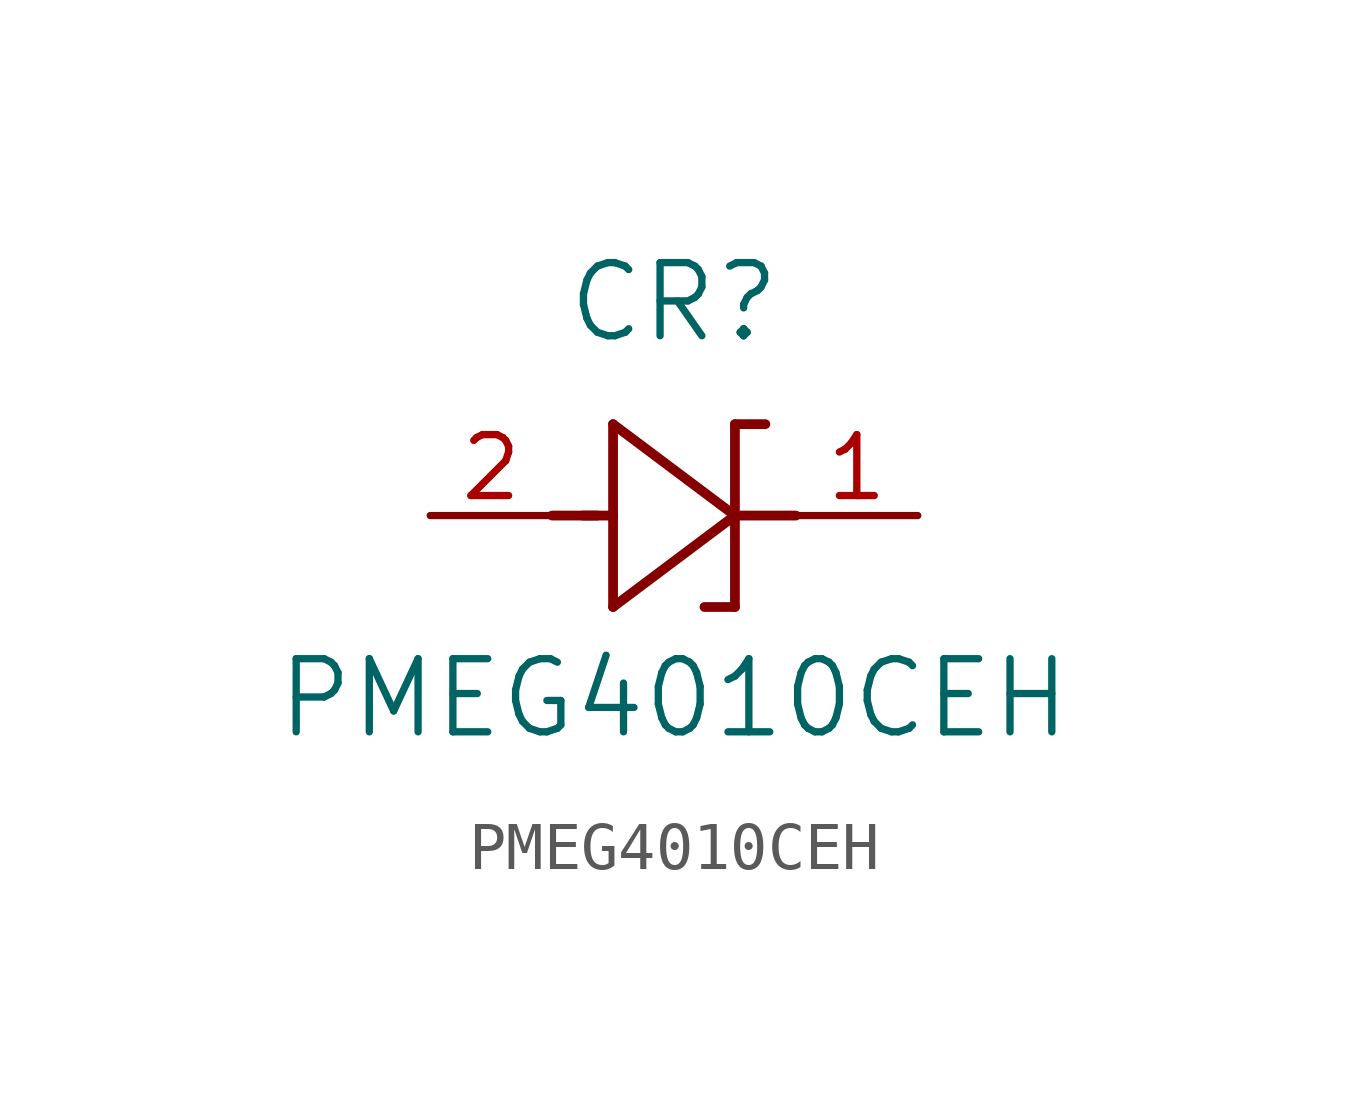
<source format=kicad_sym>
(kicad_symbol_lib
  (version 20211014)
  (generator kicad_symbol_editor)
  (symbol "PMEG4010CEH"
    (pin_names
      (offset 0.254))
    (property "Reference" "CR"
      (at 5.08 4.445 0)
      (effects (font (size 1.524 1.524))))
    (property "Value" "PMEG4010CEH"
      (at 5.08 -3.81 0)
      (effects (font (size 1.524 1.524))))
    (symbol "PMEG4010CEH_0_1"
      (polyline (pts (xy 2.54 0) (xy 3.48 0)) (stroke (width 0.203) (type default) (color 0 0 0 0)) (fill (type none)))
      (polyline (pts (xy 3.175 0) (xy 3.81 0)) (stroke (width 0.203) (type default) (color 0 0 0 0)) (fill (type none)))
      (polyline (pts (xy 3.81 -1.905) (xy 6.35 0)) (stroke (width 0.203) (type default) (color 0 0 0 0)) (fill (type none)))
      (polyline (pts (xy 6.35 -1.905) (xy 5.715 -1.905)) (stroke (width 0.203) (type default) (color 0 0 0 0)) (fill (type none)))
      (polyline (pts (xy 6.35 1.905) (xy 6.985 1.905)) (stroke (width 0.203) (type default) (color 0 0 0 0)) (fill (type none)))
      (polyline (pts (xy 3.81 1.905) (xy 3.81 -1.905)) (stroke (width 0.203) (type default) (color 0 0 0 0)) (fill (type none)))
      (polyline (pts (xy 6.35 -1.905) (xy 6.35 1.905)) (stroke (width 0.203) (type default) (color 0 0 0 0)) (fill (type none)))
      (polyline (pts (xy 6.35 0) (xy 3.81 1.905)) (stroke (width 0.203) (type default) (color 0 0 0 0)) (fill (type none)))
      (polyline (pts (xy 6.35 0) (xy 7.62 0)) (stroke (width 0.203) (type default) (color 0 0 0 0)) (fill (type none)))
      (pin unspecified line (at 10.16 0 180) (length 2.54) (name "" (effects (font (size 1.27 1.27)))) (number "1" (effects (font (size 1.27 1.27)))))
      (pin unspecified line (at 0 0 0) (length 2.54) (name "" (effects (font (size 1.27 1.27)))) (number "2" (effects (font (size 1.27 1.27))))))))
</source>
